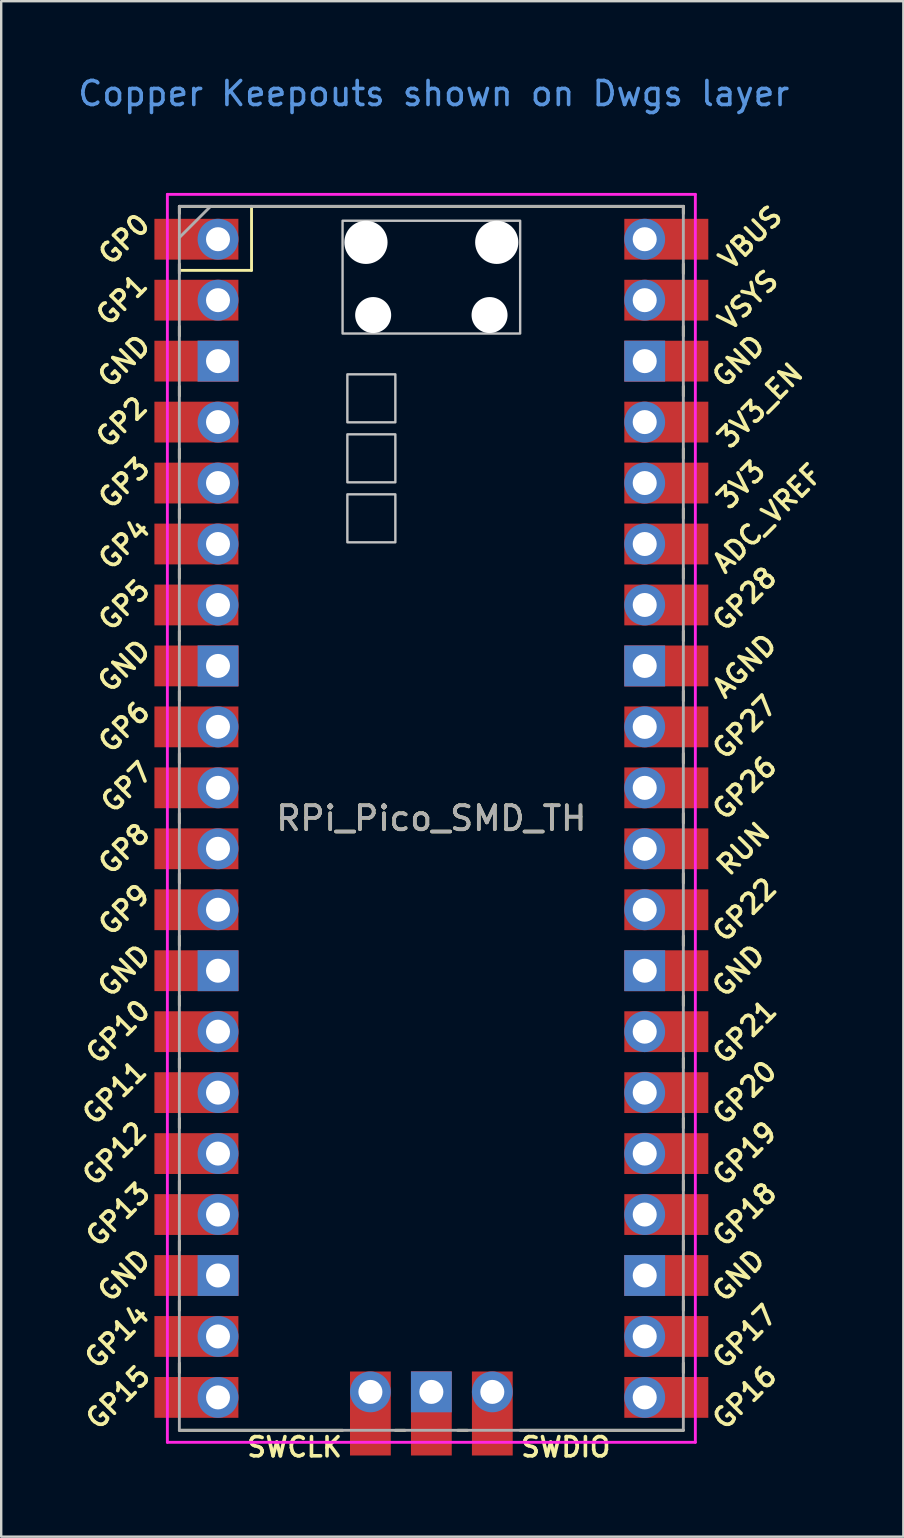
<source format=kicad_pcb>
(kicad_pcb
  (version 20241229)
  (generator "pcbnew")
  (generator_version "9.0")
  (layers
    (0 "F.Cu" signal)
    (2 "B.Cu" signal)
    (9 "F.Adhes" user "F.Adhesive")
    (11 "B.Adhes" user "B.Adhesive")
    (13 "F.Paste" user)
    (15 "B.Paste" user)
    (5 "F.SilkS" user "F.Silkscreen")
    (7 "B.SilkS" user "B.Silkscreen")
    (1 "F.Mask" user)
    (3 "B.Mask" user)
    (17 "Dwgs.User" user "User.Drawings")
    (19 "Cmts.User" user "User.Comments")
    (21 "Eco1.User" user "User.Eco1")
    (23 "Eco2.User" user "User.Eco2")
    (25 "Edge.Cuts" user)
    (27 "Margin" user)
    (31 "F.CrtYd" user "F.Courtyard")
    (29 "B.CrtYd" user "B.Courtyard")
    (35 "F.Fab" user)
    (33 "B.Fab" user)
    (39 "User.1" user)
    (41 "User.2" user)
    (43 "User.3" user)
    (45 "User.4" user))
  (footprint "RPi_Pico_SMD_TH"
    (layer "F.Cu")
    (at 14.924 31.048)
    (property "Reference" "RPi_Pico_SMD_TH" (at 0 0 0) (layer "F.SilkS") (effects (font (size 1 1) (thickness 0.15))))
    (attr through_hole)
    (fp_line (start -10.5 -25.5) (end -10.5 -25.2) (stroke (width 0.12) (type solid)) (layer "F.SilkS"))
    (fp_line (start -10.5 -25.5) (end 10.5 -25.5) (stroke (width 0.12) (type solid)) (layer "F.SilkS"))
    (fp_line (start -10.5 -23.1) (end -10.5 -22.7) (stroke (width 0.12) (type solid)) (layer "F.SilkS"))
    (fp_line (start -10.5 -22.833) (end -7.493 -22.833) (stroke (width 0.12) (type solid)) (layer "F.SilkS"))
    (fp_line (start -10.5 -20.5) (end -10.5 -20.1) (stroke (width 0.12) (type solid)) (layer "F.SilkS"))
    (fp_line (start -10.5 -18) (end -10.5 -17.6) (stroke (width 0.12) (type solid)) (layer "F.SilkS"))
    (fp_line (start -10.5 -15.4) (end -10.5 -15) (stroke (width 0.12) (type solid)) (layer "F.SilkS"))
    (fp_line (start -10.5 -12.9) (end -10.5 -12.5) (stroke (width 0.12) (type solid)) (layer "F.SilkS"))
    (fp_line (start -10.5 -10.4) (end -10.5 -10) (stroke (width 0.12) (type solid)) (layer "F.SilkS"))
    (fp_line (start -10.5 -7.8) (end -10.5 -7.4) (stroke (width 0.12) (type solid)) (layer "F.SilkS"))
    (fp_line (start -10.5 -5.3) (end -10.5 -4.9) (stroke (width 0.12) (type solid)) (layer "F.SilkS"))
    (fp_line (start -10.5 -2.7) (end -10.5 -2.3) (stroke (width 0.12) (type solid)) (layer "F.SilkS"))
    (fp_line (start -10.5 -0.2) (end -10.5 0.2) (stroke (width 0.12) (type solid)) (layer "F.SilkS"))
    (fp_line (start -10.5 2.3) (end -10.5 2.7) (stroke (width 0.12) (type solid)) (layer "F.SilkS"))
    (fp_line (start -10.5 4.9) (end -10.5 5.3) (stroke (width 0.12) (type solid)) (layer "F.SilkS"))
    (fp_line (start -10.5 7.4) (end -10.5 7.8) (stroke (width 0.12) (type solid)) (layer "F.SilkS"))
    (fp_line (start -10.5 10) (end -10.5 10.4) (stroke (width 0.12) (type solid)) (layer "F.SilkS"))
    (fp_line (start -10.5 12.5) (end -10.5 12.9) (stroke (width 0.12) (type solid)) (layer "F.SilkS"))
    (fp_line (start -10.5 15.1) (end -10.5 15.5) (stroke (width 0.12) (type solid)) (layer "F.SilkS"))
    (fp_line (start -10.5 17.6) (end -10.5 18) (stroke (width 0.12) (type solid)) (layer "F.SilkS"))
    (fp_line (start -10.5 20.1) (end -10.5 20.5) (stroke (width 0.12) (type solid)) (layer "F.SilkS"))
    (fp_line (start -10.5 22.7) (end -10.5 23.1) (stroke (width 0.12) (type solid)) (layer "F.SilkS"))
    (fp_line (start -7.493 -22.833) (end -7.493 -25.5) (stroke (width 0.12) (type solid)) (layer "F.SilkS"))
    (fp_line (start -3.7 25.5) (end -10.5 25.5) (stroke (width 0.12) (type solid)) (layer "F.SilkS"))
    (fp_line (start -1.5 25.5) (end -1.1 25.5) (stroke (width 0.12) (type solid)) (layer "F.SilkS"))
    (fp_line (start 1.1 25.5) (end 1.5 25.5) (stroke (width 0.12) (type solid)) (layer "F.SilkS"))
    (fp_line (start 10.5 -25.5) (end 10.5 -25.2) (stroke (width 0.12) (type solid)) (layer "F.SilkS"))
    (fp_line (start 10.5 -23.1) (end 10.5 -22.7) (stroke (width 0.12) (type solid)) (layer "F.SilkS"))
    (fp_line (start 10.5 -20.5) (end 10.5 -20.1) (stroke (width 0.12) (type solid)) (layer "F.SilkS"))
    (fp_line (start 10.5 -18) (end 10.5 -17.6) (stroke (width 0.12) (type solid)) (layer "F.SilkS"))
    (fp_line (start 10.5 -15.4) (end 10.5 -15) (stroke (width 0.12) (type solid)) (layer "F.SilkS"))
    (fp_line (start 10.5 -12.9) (end 10.5 -12.5) (stroke (width 0.12) (type solid)) (layer "F.SilkS"))
    (fp_line (start 10.5 -10.4) (end 10.5 -10) (stroke (width 0.12) (type solid)) (layer "F.SilkS"))
    (fp_line (start 10.5 -7.8) (end 10.5 -7.4) (stroke (width 0.12) (type solid)) (layer "F.SilkS"))
    (fp_line (start 10.5 -5.3) (end 10.5 -4.9) (stroke (width 0.12) (type solid)) (layer "F.SilkS"))
    (fp_line (start 10.5 -2.7) (end 10.5 -2.3) (stroke (width 0.12) (type solid)) (layer "F.SilkS"))
    (fp_line (start 10.5 -0.2) (end 10.5 0.2) (stroke (width 0.12) (type solid)) (layer "F.SilkS"))
    (fp_line (start 10.5 2.3) (end 10.5 2.7) (stroke (width 0.12) (type solid)) (layer "F.SilkS"))
    (fp_line (start 10.5 4.9) (end 10.5 5.3) (stroke (width 0.12) (type solid)) (layer "F.SilkS"))
    (fp_line (start 10.5 7.4) (end 10.5 7.8) (stroke (width 0.12) (type solid)) (layer "F.SilkS"))
    (fp_line (start 10.5 10) (end 10.5 10.4) (stroke (width 0.12) (type solid)) (layer "F.SilkS"))
    (fp_line (start 10.5 12.5) (end 10.5 12.9) (stroke (width 0.12) (type solid)) (layer "F.SilkS"))
    (fp_line (start 10.5 15.1) (end 10.5 15.5) (stroke (width 0.12) (type solid)) (layer "F.SilkS"))
    (fp_line (start 10.5 17.6) (end 10.5 18) (stroke (width 0.12) (type solid)) (layer "F.SilkS"))
    (fp_line (start 10.5 20.1) (end 10.5 20.5) (stroke (width 0.12) (type solid)) (layer "F.SilkS"))
    (fp_line (start 10.5 22.7) (end 10.5 23.1) (stroke (width 0.12) (type solid)) (layer "F.SilkS"))
    (fp_line (start 10.5 25.5) (end 3.7 25.5) (stroke (width 0.12) (type solid)) (layer "F.SilkS"))
    (fp_poly (pts (xy -1.5 -16.5) (xy -3.5 -16.5) (xy -3.5 -18.5) (xy -1.5 -18.5)) (stroke (width 0.1) (type solid)) (fill no) (layer "Dwgs.User"))
    (fp_poly (pts (xy -1.5 -14) (xy -3.5 -14) (xy -3.5 -16) (xy -1.5 -16)) (stroke (width 0.1) (type solid)) (fill no) (layer "Dwgs.User"))
    (fp_poly (pts (xy -1.5 -11.5) (xy -3.5 -11.5) (xy -3.5 -13.5) (xy -1.5 -13.5)) (stroke (width 0.1) (type solid)) (fill no) (layer "Dwgs.User"))
    (fp_poly (pts (xy 3.7 -20.2) (xy -3.7 -20.2) (xy -3.7 -24.9) (xy 3.7 -24.9)) (stroke (width 0.1) (type solid)) (fill no) (layer "Dwgs.User"))
    (fp_line (start -11 -26) (end 11 -26) (stroke (width 0.12) (type solid)) (layer "F.CrtYd"))
    (fp_line (start -11 26) (end -11 -26) (stroke (width 0.12) (type solid)) (layer "F.CrtYd"))
    (fp_line (start 11 -26) (end 11 26) (stroke (width 0.12) (type solid)) (layer "F.CrtYd"))
    (fp_line (start 11 26) (end -11 26) (stroke (width 0.12) (type solid)) (layer "F.CrtYd"))
    (fp_line (start -10.5 -25.5) (end 10.5 -25.5) (stroke (width 0.12) (type solid)) (layer "F.Fab"))
    (fp_line (start -10.5 -24.2) (end -9.2 -25.5) (stroke (width 0.12) (type solid)) (layer "F.Fab"))
    (fp_line (start -10.5 25.5) (end -10.5 -25.5) (stroke (width 0.12) (type solid)) (layer "F.Fab"))
    (fp_line (start 10.5 -25.5) (end 10.5 25.5) (stroke (width 0.12) (type solid)) (layer "F.Fab"))
    (fp_line (start 10.5 25.5) (end -10.5 25.5) (stroke (width 0.12) (type solid)) (layer "F.Fab"))
    (fp_text user "GP11" (at -13.2 11.43 45) (layer "F.SilkS") (effects (font (size 0.8 0.8) (thickness 0.15))))
    (fp_text user "GP21" (at 13.054 8.9 45) (layer "F.SilkS") (effects (font (size 0.8 0.8) (thickness 0.15))))
    (fp_text user "AGND" (at 13.054 -6.35 45) (layer "F.SilkS") (effects (font (size 0.8 0.8) (thickness 0.15))))
    (fp_text user "GP17" (at 13.054 21.59 45) (layer "F.SilkS") (effects (font (size 0.8 0.8) (thickness 0.15))))
    (fp_text user "GND" (at 12.8 -19.05 45) (layer "F.SilkS") (effects (font (size 0.8 0.8) (thickness 0.15))))
    (fp_text user "GND" (at 12.8 19.05 45) (layer "F.SilkS") (effects (font (size 0.8 0.8) (thickness 0.15))))
    (fp_text user "GP18" (at 13.054 16.51 45) (layer "F.SilkS") (effects (font (size 0.8 0.8) (thickness 0.15))))
    (fp_text user "GP16" (at 13.054 24.13 45) (layer "F.SilkS") (effects (font (size 0.8 0.8) (thickness 0.15))))
    (fp_text user "GP4" (at -12.8 -11.43 45) (layer "F.SilkS") (effects (font (size 0.8 0.8) (thickness 0.15))))
    (fp_text user "GP12" (at -13.2 13.97 45) (layer "F.SilkS") (effects (font (size 0.8 0.8) (thickness 0.15))))
    (fp_text user "GP6" (at -12.8 -3.81 45) (layer "F.SilkS") (effects (font (size 0.8 0.8) (thickness 0.15))))
    (fp_text user "GP5" (at -12.8 -8.89 45) (layer "F.SilkS") (effects (font (size 0.8 0.8) (thickness 0.15))))
    (fp_text user "ADC_VREF" (at 14 -12.5 45) (layer "F.SilkS") (effects (font (size 0.8 0.8) (thickness 0.15))))
    (fp_text user "GND" (at -12.8 19.05 45) (layer "F.SilkS") (effects (font (size 0.8 0.8) (thickness 0.15))))
    (fp_text user "GP7" (at -12.7 -1.3 45) (layer "F.SilkS") (effects (font (size 0.8 0.8) (thickness 0.15))))
    (fp_text user "GP0" (at -12.8 -24.13 45) (layer "F.SilkS") (effects (font (size 0.8 0.8) (thickness 0.15))))
    (fp_text user "GND" (at -12.8 6.35 45) (layer "F.SilkS") (effects (font (size 0.8 0.8) (thickness 0.15))))
    (fp_text user "GP9" (at -12.8 3.81 45) (layer "F.SilkS") (effects (font (size 0.8 0.8) (thickness 0.15))))
    (fp_text user "VBUS" (at 13.3 -24.2 45) (layer "F.SilkS") (effects (font (size 0.8 0.8) (thickness 0.15))))
    (fp_text user "GP14" (at -13.1 21.59 45) (layer "F.SilkS") (effects (font (size 0.8 0.8) (thickness 0.15))))
    (fp_text user "GP3" (at -12.8 -13.97 45) (layer "F.SilkS") (effects (font (size 0.8 0.8) (thickness 0.15))))
    (fp_text user "3V3_EN" (at 13.7 -17.2 45) (layer "F.SilkS") (effects (font (size 0.8 0.8) (thickness 0.15))))
    (fp_text user "GND" (at -12.8 -6.35 45) (layer "F.SilkS") (effects (font (size 0.8 0.8) (thickness 0.15))))
    (fp_text user "GP15" (at -13.054 24.13 45) (layer "F.SilkS") (effects (font (size 0.8 0.8) (thickness 0.15))))
    (fp_text user "VSYS" (at 13.2 -21.59 45) (layer "F.SilkS") (effects (font (size 0.8 0.8) (thickness 0.15))))
    (fp_text user "3V3" (at 12.9 -13.9 45) (layer "F.SilkS") (effects (font (size 0.8 0.8) (thickness 0.15))))
    (fp_text user "GP28" (at 13.054 -9.144 45) (layer "F.SilkS") (effects (font (size 0.8 0.8) (thickness 0.15))))
    (fp_text user "GP26" (at 13.054 -1.27 45) (layer "F.SilkS") (effects (font (size 0.8 0.8) (thickness 0.15))))
    (fp_text user "SWCLK" (at -5.7 26.2 0) (layer "F.SilkS") (effects (font (size 0.8 0.8) (thickness 0.15))))
    (fp_text user "GP19" (at 13.054 13.97 45) (layer "F.SilkS") (effects (font (size 0.8 0.8) (thickness 0.15))))
    (fp_text user "GP13" (at -13.054 16.51 45) (layer "F.SilkS") (effects (font (size 0.8 0.8) (thickness 0.15))))
    (fp_text user "GP27" (at 13.054 -3.8 45) (layer "F.SilkS") (effects (font (size 0.8 0.8) (thickness 0.15))))
    (fp_text user "SWDIO" (at 5.6 26.2 0) (layer "F.SilkS") (effects (font (size 0.8 0.8) (thickness 0.15))))
    (fp_text user "GP22" (at 13.054 3.81 45) (layer "F.SilkS") (effects (font (size 0.8 0.8) (thickness 0.15))))
    (fp_text user "GP2" (at -12.9 -16.51 45) (layer "F.SilkS") (effects (font (size 0.8 0.8) (thickness 0.15))))
    (fp_text user "GP1" (at -12.9 -21.6 45) (layer "F.SilkS") (effects (font (size 0.8 0.8) (thickness 0.15))))
    (fp_text user "GP8" (at -12.8 1.27 45) (layer "F.SilkS") (effects (font (size 0.8 0.8) (thickness 0.15))))
    (fp_text user "GP10" (at -13.054 8.89 45) (layer "F.SilkS") (effects (font (size 0.8 0.8) (thickness 0.15))))
    (fp_text user "GP20" (at 13.054 11.43 45) (layer "F.SilkS") (effects (font (size 0.8 0.8) (thickness 0.15))))
    (fp_text user "GND" (at -12.8 -19.05 45) (layer "F.SilkS") (effects (font (size 0.8 0.8) (thickness 0.15))))
    (fp_text user "GND" (at 12.8 6.35 45) (layer "F.SilkS") (effects (font (size 0.8 0.8) (thickness 0.15))))
    (fp_text user "RUN" (at 13 1.27 45) (layer "F.SilkS") (effects (font (size 0.8 0.8) (thickness 0.15))))
    (fp_text user "Copper Keepouts shown on Dwgs layer" (at 0.1 -30.2 0) (layer "Cmts.User") (effects (font (size 1 1) (thickness 0.15))))
    (fp_text user "${REFERENCE}" (at 0 0 180) (layer "F.Fab") (effects (font (size 1 1) (thickness 0.15))))
    (pad "" np_thru_hole oval (at -2.725 -24) (size 1.8 1.8) (drill 1.8) (layers "*.Cu" "*.Mask"))
    (pad "" np_thru_hole oval (at -2.425 -20.97) (size 1.5 1.5) (drill 1.5) (layers "*.Cu" "*.Mask"))
    (pad "" np_thru_hole oval (at 2.425 -20.97) (size 1.5 1.5) (drill 1.5) (layers "*.Cu" "*.Mask"))
    (pad "" np_thru_hole oval (at 2.725 -24) (size 1.8 1.8) (drill 1.8) (layers "*.Cu" "*.Mask"))
    (pad "1" thru_hole oval (at -8.89 -24.13) (size 1.7 1.7) (drill 1) (layers "*.Cu" "*.Mask"))
    (pad "1" smd rect (at -8.89 -24.13) (size 3.5 1.7) (drill (offset -0.9 0)) (layers "F.Cu" "F.Mask"))
    (pad "2" thru_hole oval (at -8.89 -21.59) (size 1.7 1.7) (drill 1) (layers "*.Cu" "*.Mask"))
    (pad "2" smd rect (at -8.89 -21.59) (size 3.5 1.7) (drill (offset -0.9 0)) (layers "F.Cu" "F.Mask"))
    (pad "3" thru_hole rect (at -8.89 -19.05) (size 1.7 1.7) (drill 1) (layers "*.Cu" "*.Mask"))
    (pad "3" smd rect (at -8.89 -19.05) (size 3.5 1.7) (drill (offset -0.9 0)) (layers "F.Cu" "F.Mask"))
    (pad "4" thru_hole oval (at -8.89 -16.51) (size 1.7 1.7) (drill 1) (layers "*.Cu" "*.Mask"))
    (pad "4" smd rect (at -8.89 -16.51) (size 3.5 1.7) (drill (offset -0.9 0)) (layers "F.Cu" "F.Mask"))
    (pad "5" thru_hole oval (at -8.89 -13.97) (size 1.7 1.7) (drill 1) (layers "*.Cu" "*.Mask"))
    (pad "5" smd rect (at -8.89 -13.97) (size 3.5 1.7) (drill (offset -0.9 0)) (layers "F.Cu" "F.Mask"))
    (pad "6" thru_hole oval (at -8.89 -11.43) (size 1.7 1.7) (drill 1) (layers "*.Cu" "*.Mask"))
    (pad "6" smd rect (at -8.89 -11.43) (size 3.5 1.7) (drill (offset -0.9 0)) (layers "F.Cu" "F.Mask"))
    (pad "7" thru_hole oval (at -8.89 -8.89) (size 1.7 1.7) (drill 1) (layers "*.Cu" "*.Mask"))
    (pad "7" smd rect (at -8.89 -8.89) (size 3.5 1.7) (drill (offset -0.9 0)) (layers "F.Cu" "F.Mask"))
    (pad "8" thru_hole rect (at -8.89 -6.35) (size 1.7 1.7) (drill 1) (layers "*.Cu" "*.Mask"))
    (pad "8" smd rect (at -8.89 -6.35) (size 3.5 1.7) (drill (offset -0.9 0)) (layers "F.Cu" "F.Mask"))
    (pad "9" thru_hole oval (at -8.89 -3.81) (size 1.7 1.7) (drill 1) (layers "*.Cu" "*.Mask"))
    (pad "9" smd rect (at -8.89 -3.81) (size 3.5 1.7) (drill (offset -0.9 0)) (layers "F.Cu" "F.Mask"))
    (pad "10" thru_hole oval (at -8.89 -1.27) (size 1.7 1.7) (drill 1) (layers "*.Cu" "*.Mask"))
    (pad "10" smd rect (at -8.89 -1.27) (size 3.5 1.7) (drill (offset -0.9 0)) (layers "F.Cu" "F.Mask"))
    (pad "11" thru_hole oval (at -8.89 1.27) (size 1.7 1.7) (drill 1) (layers "*.Cu" "*.Mask"))
    (pad "11" smd rect (at -8.89 1.27) (size 3.5 1.7) (drill (offset -0.9 0)) (layers "F.Cu" "F.Mask"))
    (pad "12" thru_hole oval (at -8.89 3.81) (size 1.7 1.7) (drill 1) (layers "*.Cu" "*.Mask"))
    (pad "12" smd rect (at -8.89 3.81) (size 3.5 1.7) (drill (offset -0.9 0)) (layers "F.Cu" "F.Mask"))
    (pad "13" thru_hole rect (at -8.89 6.35) (size 1.7 1.7) (drill 1) (layers "*.Cu" "*.Mask"))
    (pad "13" smd rect (at -8.89 6.35) (size 3.5 1.7) (drill (offset -0.9 0)) (layers "F.Cu" "F.Mask"))
    (pad "14" thru_hole oval (at -8.89 8.89) (size 1.7 1.7) (drill 1) (layers "*.Cu" "*.Mask"))
    (pad "14" smd rect (at -8.89 8.89) (size 3.5 1.7) (drill (offset -0.9 0)) (layers "F.Cu" "F.Mask"))
    (pad "15" thru_hole oval (at -8.89 11.43) (size 1.7 1.7) (drill 1) (layers "*.Cu" "*.Mask"))
    (pad "15" smd rect (at -8.89 11.43) (size 3.5 1.7) (drill (offset -0.9 0)) (layers "F.Cu" "F.Mask"))
    (pad "16" thru_hole oval (at -8.89 13.97) (size 1.7 1.7) (drill 1) (layers "*.Cu" "*.Mask"))
    (pad "16" smd rect (at -8.89 13.97) (size 3.5 1.7) (drill (offset -0.9 0)) (layers "F.Cu" "F.Mask"))
    (pad "17" thru_hole oval (at -8.89 16.51) (size 1.7 1.7) (drill 1) (layers "*.Cu" "*.Mask"))
    (pad "17" smd rect (at -8.89 16.51) (size 3.5 1.7) (drill (offset -0.9 0)) (layers "F.Cu" "F.Mask"))
    (pad "18" thru_hole rect (at -8.89 19.05) (size 1.7 1.7) (drill 1) (layers "*.Cu" "*.Mask"))
    (pad "18" smd rect (at -8.89 19.05) (size 3.5 1.7) (drill (offset -0.9 0)) (layers "F.Cu" "F.Mask"))
    (pad "19" thru_hole oval (at -8.89 21.59) (size 1.7 1.7) (drill 1) (layers "*.Cu" "*.Mask"))
    (pad "19" smd rect (at -8.89 21.59) (size 3.5 1.7) (drill (offset -0.9 0)) (layers "F.Cu" "F.Mask"))
    (pad "20" thru_hole oval (at -8.89 24.13) (size 1.7 1.7) (drill 1) (layers "*.Cu" "*.Mask"))
    (pad "20" smd rect (at -8.89 24.13) (size 3.5 1.7) (drill (offset -0.9 0)) (layers "F.Cu" "F.Mask"))
    (pad "21" thru_hole oval (at 8.89 24.13) (size 1.7 1.7) (drill 1) (layers "*.Cu" "*.Mask"))
    (pad "21" smd rect (at 8.89 24.13) (size 3.5 1.7) (drill (offset 0.9 0)) (layers "F.Cu" "F.Mask"))
    (pad "22" thru_hole oval (at 8.89 21.59) (size 1.7 1.7) (drill 1) (layers "*.Cu" "*.Mask"))
    (pad "22" smd rect (at 8.89 21.59) (size 3.5 1.7) (drill (offset 0.9 0)) (layers "F.Cu" "F.Mask"))
    (pad "23" thru_hole rect (at 8.89 19.05) (size 1.7 1.7) (drill 1) (layers "*.Cu" "*.Mask"))
    (pad "23" smd rect (at 8.89 19.05) (size 3.5 1.7) (drill (offset 0.9 0)) (layers "F.Cu" "F.Mask"))
    (pad "24" thru_hole oval (at 8.89 16.51) (size 1.7 1.7) (drill 1) (layers "*.Cu" "*.Mask"))
    (pad "24" smd rect (at 8.89 16.51) (size 3.5 1.7) (drill (offset 0.9 0)) (layers "F.Cu" "F.Mask"))
    (pad "25" thru_hole oval (at 8.89 13.97) (size 1.7 1.7) (drill 1) (layers "*.Cu" "*.Mask"))
    (pad "25" smd rect (at 8.89 13.97) (size 3.5 1.7) (drill (offset 0.9 0)) (layers "F.Cu" "F.Mask"))
    (pad "26" thru_hole oval (at 8.89 11.43) (size 1.7 1.7) (drill 1) (layers "*.Cu" "*.Mask"))
    (pad "26" smd rect (at 8.89 11.43) (size 3.5 1.7) (drill (offset 0.9 0)) (layers "F.Cu" "F.Mask"))
    (pad "27" thru_hole oval (at 8.89 8.89) (size 1.7 1.7) (drill 1) (layers "*.Cu" "*.Mask"))
    (pad "27" smd rect (at 8.89 8.89) (size 3.5 1.7) (drill (offset 0.9 0)) (layers "F.Cu" "F.Mask"))
    (pad "28" thru_hole rect (at 8.89 6.35) (size 1.7 1.7) (drill 1) (layers "*.Cu" "*.Mask"))
    (pad "28" smd rect (at 8.89 6.35) (size 3.5 1.7) (drill (offset 0.9 0)) (layers "F.Cu" "F.Mask"))
    (pad "29" thru_hole oval (at 8.89 3.81) (size 1.7 1.7) (drill 1) (layers "*.Cu" "*.Mask"))
    (pad "29" smd rect (at 8.89 3.81) (size 3.5 1.7) (drill (offset 0.9 0)) (layers "F.Cu" "F.Mask"))
    (pad "30" thru_hole oval (at 8.89 1.27) (size 1.7 1.7) (drill 1) (layers "*.Cu" "*.Mask"))
    (pad "30" smd rect (at 8.89 1.27) (size 3.5 1.7) (drill (offset 0.9 0)) (layers "F.Cu" "F.Mask"))
    (pad "31" thru_hole oval (at 8.89 -1.27) (size 1.7 1.7) (drill 1) (layers "*.Cu" "*.Mask"))
    (pad "31" smd rect (at 8.89 -1.27) (size 3.5 1.7) (drill (offset 0.9 0)) (layers "F.Cu" "F.Mask"))
    (pad "32" thru_hole oval (at 8.89 -3.81) (size 1.7 1.7) (drill 1) (layers "*.Cu" "*.Mask"))
    (pad "32" smd rect (at 8.89 -3.81) (size 3.5 1.7) (drill (offset 0.9 0)) (layers "F.Cu" "F.Mask"))
    (pad "33" thru_hole rect (at 8.89 -6.35) (size 1.7 1.7) (drill 1) (layers "*.Cu" "*.Mask"))
    (pad "33" smd rect (at 8.89 -6.35) (size 3.5 1.7) (drill (offset 0.9 0)) (layers "F.Cu" "F.Mask"))
    (pad "34" thru_hole oval (at 8.89 -8.89) (size 1.7 1.7) (drill 1) (layers "*.Cu" "*.Mask"))
    (pad "34" smd rect (at 8.89 -8.89) (size 3.5 1.7) (drill (offset 0.9 0)) (layers "F.Cu" "F.Mask"))
    (pad "35" thru_hole oval (at 8.89 -11.43) (size 1.7 1.7) (drill 1) (layers "*.Cu" "*.Mask"))
    (pad "35" smd rect (at 8.89 -11.43) (size 3.5 1.7) (drill (offset 0.9 0)) (layers "F.Cu" "F.Mask"))
    (pad "36" thru_hole oval (at 8.89 -13.97) (size 1.7 1.7) (drill 1) (layers "*.Cu" "*.Mask"))
    (pad "36" smd rect (at 8.89 -13.97) (size 3.5 1.7) (drill (offset 0.9 0)) (layers "F.Cu" "F.Mask"))
    (pad "37" thru_hole oval (at 8.89 -16.51) (size 1.7 1.7) (drill 1) (layers "*.Cu" "*.Mask"))
    (pad "37" smd rect (at 8.89 -16.51) (size 3.5 1.7) (drill (offset 0.9 0)) (layers "F.Cu" "F.Mask"))
    (pad "38" thru_hole rect (at 8.89 -19.05) (size 1.7 1.7) (drill 1) (layers "*.Cu" "*.Mask"))
    (pad "38" smd rect (at 8.89 -19.05) (size 3.5 1.7) (drill (offset 0.9 0)) (layers "F.Cu" "F.Mask"))
    (pad "39" thru_hole oval (at 8.89 -21.59) (size 1.7 1.7) (drill 1) (layers "*.Cu" "*.Mask"))
    (pad "39" smd rect (at 8.89 -21.59) (size 3.5 1.7) (drill (offset 0.9 0)) (layers "F.Cu" "F.Mask"))
    (pad "40" thru_hole oval (at 8.89 -24.13) (size 1.7 1.7) (drill 1) (layers "*.Cu" "*.Mask"))
    (pad "40" smd rect (at 8.89 -24.13) (size 3.5 1.7) (drill (offset 0.9 0)) (layers "F.Cu" "F.Mask"))
    (pad "41" thru_hole oval (at -2.54 23.9) (size 1.7 1.7) (drill 1) (layers "*.Cu" "*.Mask"))
    (pad "41" smd rect (at -2.54 23.9 90) (size 3.5 1.7) (drill (offset -0.9 0)) (layers "F.Cu" "F.Mask"))
    (pad "42" thru_hole rect (at 0 23.9) (size 1.7 1.7) (drill 1) (layers "*.Cu" "*.Mask"))
    (pad "42" smd rect (at 0 23.9 90) (size 3.5 1.7) (drill (offset -0.9 0)) (layers "F.Cu" "F.Mask"))
    (pad "43" thru_hole oval (at 2.54 23.9) (size 1.7 1.7) (drill 1) (layers "*.Cu" "*.Mask"))
    (pad "43" smd rect (at 2.54 23.9 90) (size 3.5 1.7) (drill (offset -0.9 0)) (layers "F.Cu" "F.Mask")))
  (gr_rect
    (start -3 -3)
    (end 34.591 60.98)
    (stroke (width 0.1) (type default))
    (fill no)
    (layer "Edge.Cuts")))
</source>
